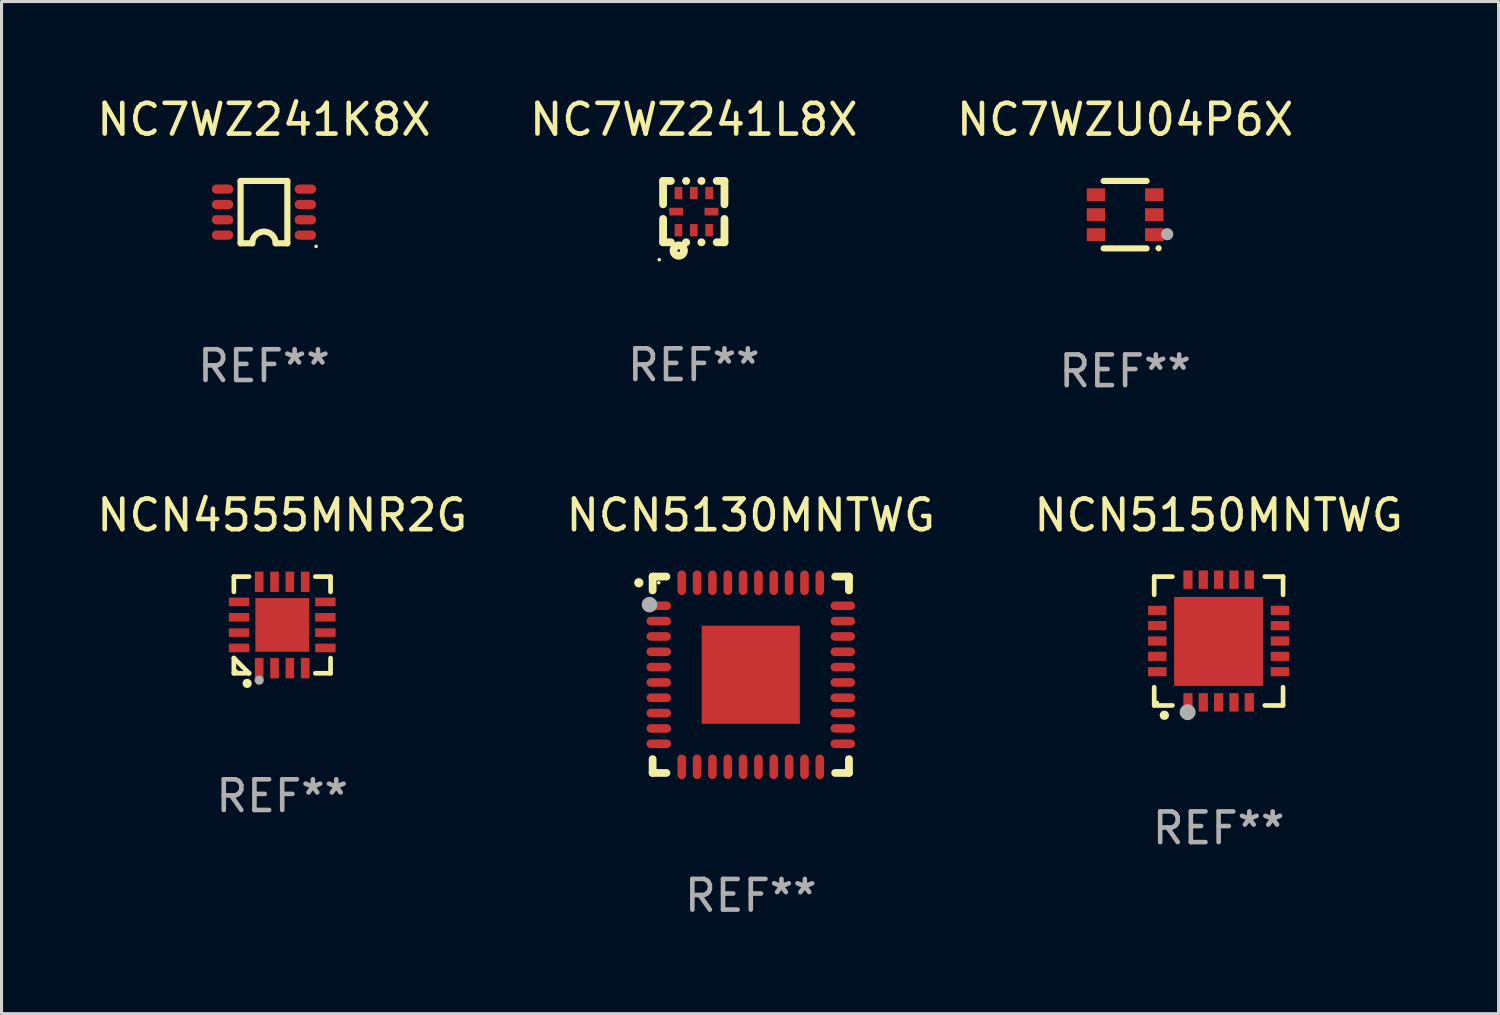
<source format=kicad_pcb>
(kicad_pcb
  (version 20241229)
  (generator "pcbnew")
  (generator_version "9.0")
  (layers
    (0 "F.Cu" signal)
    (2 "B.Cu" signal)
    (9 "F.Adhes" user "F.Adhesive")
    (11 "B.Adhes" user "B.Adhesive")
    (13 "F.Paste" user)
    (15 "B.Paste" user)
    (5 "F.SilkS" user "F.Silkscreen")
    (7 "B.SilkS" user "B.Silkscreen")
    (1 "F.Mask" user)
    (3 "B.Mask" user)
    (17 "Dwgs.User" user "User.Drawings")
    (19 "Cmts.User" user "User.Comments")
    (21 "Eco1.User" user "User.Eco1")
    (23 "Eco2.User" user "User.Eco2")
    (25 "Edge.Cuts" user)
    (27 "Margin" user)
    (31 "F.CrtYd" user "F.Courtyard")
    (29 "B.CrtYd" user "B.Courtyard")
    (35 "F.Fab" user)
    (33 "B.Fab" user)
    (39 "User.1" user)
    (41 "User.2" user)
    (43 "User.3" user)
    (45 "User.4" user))
  (footprint "NC7WZU04P6X"
    (layer "F.Cu")
    (at 33.625 3.948)
    (property "Reference" "NC7WZU04P6X" (at 0 -3.1 0) (layer "F.SilkS") (effects (font (size 1 1) (thickness 0.15))))
    (attr through_hole)
    (fp_line (start -0.7 -1.1) (end 0.7 -1.1) (stroke (width 0.2) (type solid)) (layer "F.SilkS"))
    (fp_line (start -0.7 1.1) (end 0.7 1.1) (stroke (width 0.2) (type solid)) (layer "F.SilkS"))
    (fp_arc (start 1.090932 1.094209) (mid 1.092202 1.094203) (end 1.093472 1.094209) (stroke (width 0.2) (type solid)) (layer "F.SilkS"))
    (fp_circle (center 1.053 1.1) (end 1.083 1.1) (stroke (width 0.06) (type solid)) (fill no) (layer "F.SilkS"))
    (fp_circle (center 1.372 0.635) (end 1.472 0.635) (stroke (width 0.2) (type solid)) (fill no) (layer "F.Fab"))
    (fp_text user "REF**" (at 0 5.1 0) (layer "F.Fab") (effects (font (size 1 1) (thickness 0.15))))
    (pad "1" smd rect (at 0.95 0.65 90) (size 0.42 0.6) (layers "F.Cu" "F.Mask" "F.Paste"))
    (pad "2" smd rect (at 0.95 0 90) (size 0.42 0.6) (layers "F.Cu" "F.Mask" "F.Paste"))
    (pad "3" smd rect (at 0.95 -0.65 90) (size 0.42 0.6) (layers "F.Cu" "F.Mask" "F.Paste"))
    (pad "4" smd rect (at -0.95 -0.65 270) (size 0.42 0.6) (layers "F.Cu" "F.Mask" "F.Paste"))
    (pad "5" smd rect (at -0.95 0 270) (size 0.42 0.6) (layers "F.Cu" "F.Mask" "F.Paste"))
    (pad "6" smd rect (at -0.95 0.65 270) (size 0.42 0.6) (layers "F.Cu" "F.Mask" "F.Paste")))
  (footprint "NCN5150MNTWG"
    (layer "F.Cu")
    (at 36.673 17.845)
    (property "Reference" "NCN5150MNTWG" (at 0 -4.1 0) (layer "F.SilkS") (effects (font (size 1 1) (thickness 0.15))))
    (attr through_hole)
    (fp_line (start -2.1 -2.1) (end -1.506 -2.1) (stroke (width 0.152) (type solid)) (layer "F.SilkS"))
    (fp_line (start -2.1 -1.506) (end -2.1 -2.1) (stroke (width 0.152) (type solid)) (layer "F.SilkS"))
    (fp_line (start -2.1 2.1) (end -2.1 1.506) (stroke (width 0.152) (type solid)) (layer "F.SilkS"))
    (fp_line (start -1.506 2.1) (end -2.1 2.1) (stroke (width 0.152) (type solid)) (layer "F.SilkS"))
    (fp_line (start 1.506 -2.1) (end 2.1 -2.1) (stroke (width 0.152) (type solid)) (layer "F.SilkS"))
    (fp_line (start 2.1 -2.1) (end 2.1 -1.506) (stroke (width 0.152) (type solid)) (layer "F.SilkS"))
    (fp_line (start 2.1 1.506) (end 2.1 2.1) (stroke (width 0.152) (type solid)) (layer "F.SilkS"))
    (fp_line (start 2.1 2.1) (end 1.506 2.1) (stroke (width 0.152) (type solid)) (layer "F.SilkS"))
    (fp_arc (start -1.770003 2.420028) (mid -1.768733 2.420023) (end -1.767463 2.420028) (stroke (width 0.3) (type solid)) (layer "F.SilkS"))
    (fp_circle (center -2 2) (end -1.97 2) (stroke (width 0.06) (type solid)) (fill no) (layer "F.SilkS"))
    (fp_circle (center -1.01 2.32) (end -0.88 2.32) (stroke (width 0.26) (type solid)) (fill no) (layer "F.Fab"))
    (fp_text user "REF**" (at 0 6.1 0) (layer "F.Fab") (effects (font (size 1 1) (thickness 0.15))))
    (pad "1" smd rect (at -1 2 180) (size 0.3 0.6) (layers "F.Cu" "F.Mask" "F.Paste"))
    (pad "2" smd rect (at -0.5 2 180) (size 0.3 0.6) (layers "F.Cu" "F.Mask" "F.Paste"))
    (pad "3" smd rect (at 0 2 180) (size 0.3 0.6) (layers "F.Cu" "F.Mask" "F.Paste"))
    (pad "4" smd rect (at 0.5 2 180) (size 0.3 0.6) (layers "F.Cu" "F.Mask" "F.Paste"))
    (pad "5" smd rect (at 1 2 180) (size 0.3 0.6) (layers "F.Cu" "F.Mask" "F.Paste"))
    (pad "6" smd rect (at 2 1 90) (size 0.3 0.6) (layers "F.Cu" "F.Mask" "F.Paste"))
    (pad "7" smd rect (at 2 0.5 90) (size 0.3 0.6) (layers "F.Cu" "F.Mask" "F.Paste"))
    (pad "8" smd rect (at 2 0.000013 90) (size 0.3 0.6) (layers "F.Cu" "F.Mask" "F.Paste"))
    (pad "9" smd rect (at 2 -0.5 90) (size 0.3 0.6) (layers "F.Cu" "F.Mask" "F.Paste"))
    (pad "10" smd rect (at 2 -1 90) (size 0.3 0.6) (layers "F.Cu" "F.Mask" "F.Paste"))
    (pad "11" smd rect (at 1 -2 180) (size 0.3 0.6) (layers "F.Cu" "F.Mask" "F.Paste"))
    (pad "12" smd rect (at 0.5 -2 180) (size 0.3 0.6) (layers "F.Cu" "F.Mask" "F.Paste"))
    (pad "13" smd rect (at 0 -2 180) (size 0.3 0.6) (layers "F.Cu" "F.Mask" "F.Paste"))
    (pad "14" smd rect (at -0.5 -2 180) (size 0.3 0.6) (layers "F.Cu" "F.Mask" "F.Paste"))
    (pad "15" smd rect (at -1 -2 180) (size 0.3 0.6) (layers "F.Cu" "F.Mask" "F.Paste"))
    (pad "16" smd rect (at -2 -1 90) (size 0.3 0.6) (layers "F.Cu" "F.Mask" "F.Paste"))
    (pad "17" smd rect (at -2 -0.5 90) (size 0.3 0.6) (layers "F.Cu" "F.Mask" "F.Paste"))
    (pad "18" smd rect (at -2 0.000013 90) (size 0.3 0.6) (layers "F.Cu" "F.Mask" "F.Paste"))
    (pad "19" smd rect (at -2 0.5 90) (size 0.3 0.6) (layers "F.Cu" "F.Mask" "F.Paste"))
    (pad "20" smd rect (at -2 1 90) (size 0.3 0.6) (layers "F.Cu" "F.Mask" "F.Paste"))
    (pad "21" smd rect (at 0 0.013) (size 2.9 2.9) (layers "F.Cu" "F.Mask" "F.Paste")))
  (footprint "NCN4555MNR2G"
    (layer "F.Cu")
    (at 6.149 17.321)
    (property "Reference" "NCN4555MNR2G" (at 0 -3.576 0) (layer "F.SilkS") (effects (font (size 1 1) (thickness 0.15))))
    (attr through_hole)
    (fp_line (start -1.576 -1.576) (end -1.08 -1.576) (stroke (width 0.152) (type solid)) (layer "F.SilkS"))
    (fp_line (start -1.576 -1.08) (end -1.576 -1.576) (stroke (width 0.152) (type solid)) (layer "F.SilkS"))
    (fp_line (start -1.576 1.08) (end -1.576 1.576) (stroke (width 0.152) (type solid)) (layer "F.SilkS"))
    (fp_line (start -1.576 1.576) (end -1.08 1.576) (stroke (width 0.152) (type solid)) (layer "F.SilkS"))
    (fp_line (start -1.08 1.576) (end -1.576 1.08) (stroke (width 0.152) (type solid)) (layer "F.SilkS"))
    (fp_line (start 1.576 -1.576) (end 1.08 -1.576) (stroke (width 0.152) (type solid)) (layer "F.SilkS"))
    (fp_line (start 1.576 -1.08) (end 1.576 -1.576) (stroke (width 0.152) (type solid)) (layer "F.SilkS"))
    (fp_line (start 1.576 1.08) (end 1.576 1.576) (stroke (width 0.152) (type solid)) (layer "F.SilkS"))
    (fp_line (start 1.576 1.576) (end 1.08 1.576) (stroke (width 0.152) (type solid)) (layer "F.SilkS"))
    (fp_circle (center -1.5 1.5) (end -1.47 1.5) (stroke (width 0.06) (type solid)) (fill no) (layer "F.SilkS"))
    (fp_circle (center -1.143 1.905) (end -1.068 1.905) (stroke (width 0.15) (type solid)) (fill no) (layer "F.SilkS"))
    (fp_circle (center -0.75 1.8) (end -0.675 1.8) (stroke (width 0.15) (type solid)) (fill no) (layer "F.Fab"))
    (fp_text user "REF**" (at 0 5.576 0) (layer "F.Fab") (effects (font (size 1 1) (thickness 0.15))))
    (pad "1" smd rect (at -0.75 1.407) (size 0.28 0.665) (layers "F.Cu" "F.Mask" "F.Paste"))
    (pad "2" smd rect (at -0.25 1.407) (size 0.28 0.665) (layers "F.Cu" "F.Mask" "F.Paste"))
    (pad "3" smd rect (at 0.25 1.407) (size 0.28 0.665) (layers "F.Cu" "F.Mask" "F.Paste"))
    (pad "4" smd rect (at 0.75 1.407) (size 0.28 0.665) (layers "F.Cu" "F.Mask" "F.Paste"))
    (pad "5" smd rect (at 1.407 0.75) (size 0.665 0.28) (layers "F.Cu" "F.Mask" "F.Paste"))
    (pad "6" smd rect (at 1.407 0.25) (size 0.665 0.28) (layers "F.Cu" "F.Mask" "F.Paste"))
    (pad "7" smd rect (at 1.407 -0.25) (size 0.665 0.28) (layers "F.Cu" "F.Mask" "F.Paste"))
    (pad "8" smd rect (at 1.407 -0.75) (size 0.665 0.28) (layers "F.Cu" "F.Mask" "F.Paste"))
    (pad "9" smd rect (at 0.75 -1.407) (size 0.28 0.665) (layers "F.Cu" "F.Mask" "F.Paste"))
    (pad "10" smd rect (at 0.25 -1.407) (size 0.28 0.665) (layers "F.Cu" "F.Mask" "F.Paste"))
    (pad "11" smd rect (at -0.25 -1.407) (size 0.28 0.665) (layers "F.Cu" "F.Mask" "F.Paste"))
    (pad "12" smd rect (at -0.75 -1.407) (size 0.28 0.665) (layers "F.Cu" "F.Mask" "F.Paste"))
    (pad "13" smd rect (at -1.407 -0.75) (size 0.665 0.28) (layers "F.Cu" "F.Mask" "F.Paste"))
    (pad "14" smd rect (at -1.407 -0.25) (size 0.665 0.28) (layers "F.Cu" "F.Mask" "F.Paste"))
    (pad "15" smd rect (at -1.407 0.25) (size 0.665 0.28) (layers "F.Cu" "F.Mask" "F.Paste"))
    (pad "16" smd rect (at -1.407 0.75) (size 0.665 0.28) (layers "F.Cu" "F.Mask" "F.Paste"))
    (pad "17" smd rect (at 0 0) (size 1.75 1.75) (layers "F.Cu" "F.Mask" "F.Paste")))
  (footprint "NCN5130MNTWG"
    (layer "F.Cu")
    (at 21.423 18.945)
    (property "Reference" "NCN5130MNTWG" (at 0 -5.2 0) (layer "F.SilkS") (effects (font (size 1 1) (thickness 0.15))))
    (attr through_hole)
    (fp_line (start -3.2 -3.2) (end -2.75 -3.2) (stroke (width 0.254) (type solid)) (layer "F.SilkS"))
    (fp_line (start -3.2 -2.75) (end -3.2 -3.2) (stroke (width 0.254) (type solid)) (layer "F.SilkS"))
    (fp_line (start -3.2 3.2) (end -3.2 2.75) (stroke (width 0.254) (type solid)) (layer "F.SilkS"))
    (fp_line (start -2.75 3.2) (end -3.2 3.2) (stroke (width 0.254) (type solid)) (layer "F.SilkS"))
    (fp_line (start 2.75 3.2) (end 3.2 3.2) (stroke (width 0.254) (type solid)) (layer "F.SilkS"))
    (fp_line (start 3.2 -3.2) (end 2.75 -3.2) (stroke (width 0.254) (type solid)) (layer "F.SilkS"))
    (fp_line (start 3.2 -2.75) (end 3.2 -3.2) (stroke (width 0.254) (type solid)) (layer "F.SilkS"))
    (fp_line (start 3.2 3.2) (end 3.2 2.75) (stroke (width 0.254) (type solid)) (layer "F.SilkS"))
    (fp_arc (start -3.649987 -2.997206) (mid -3.649992 -2.998476) (end -3.649987 -2.999746) (stroke (width 0.3) (type solid)) (layer "F.SilkS"))
    (fp_circle (center -3 -3) (end -2.97 -3) (stroke (width 0.06) (type solid)) (fill no) (layer "F.SilkS"))
    (fp_circle (center -3.302 -2.286) (end -3.175 -2.286) (stroke (width 0.254) (type solid)) (fill no) (layer "F.Fab"))
    (fp_text user "REF**" (at 0 7.2 0) (layer "F.Fab") (effects (font (size 1 1) (thickness 0.15))))
    (pad "1" smd oval (at -3 -2.25 90) (size 0.28 0.8) (layers "F.Cu" "F.Mask" "F.Paste"))
    (pad "2" smd oval (at -3 -1.75 90) (size 0.28 0.8) (layers "F.Cu" "F.Mask" "F.Paste"))
    (pad "3" smd oval (at -3 -1.25 90) (size 0.28 0.8) (layers "F.Cu" "F.Mask" "F.Paste"))
    (pad "4" smd oval (at -3 -0.75 90) (size 0.28 0.8) (layers "F.Cu" "F.Mask" "F.Paste"))
    (pad "5" smd oval (at -3 -0.25 90) (size 0.28 0.8) (layers "F.Cu" "F.Mask" "F.Paste"))
    (pad "6" smd oval (at -3 0.25 90) (size 0.28 0.8) (layers "F.Cu" "F.Mask" "F.Paste"))
    (pad "7" smd oval (at -3 0.75 90) (size 0.28 0.8) (layers "F.Cu" "F.Mask" "F.Paste"))
    (pad "8" smd oval (at -3 1.25 90) (size 0.28 0.8) (layers "F.Cu" "F.Mask" "F.Paste"))
    (pad "9" smd oval (at -3 1.75 90) (size 0.28 0.8) (layers "F.Cu" "F.Mask" "F.Paste"))
    (pad "10" smd oval (at -3 2.25 90) (size 0.28 0.8) (layers "F.Cu" "F.Mask" "F.Paste"))
    (pad "11" smd oval (at -2.25 3) (size 0.28 0.8) (layers "F.Cu" "F.Mask" "F.Paste"))
    (pad "12" smd oval (at -1.75 3) (size 0.28 0.8) (layers "F.Cu" "F.Mask" "F.Paste"))
    (pad "13" smd oval (at -1.25 3) (size 0.28 0.8) (layers "F.Cu" "F.Mask" "F.Paste"))
    (pad "14" smd oval (at -0.75 3) (size 0.28 0.8) (layers "F.Cu" "F.Mask" "F.Paste"))
    (pad "15" smd oval (at -0.25 3) (size 0.28 0.8) (layers "F.Cu" "F.Mask" "F.Paste"))
    (pad "16" smd oval (at 0.25 3) (size 0.28 0.8) (layers "F.Cu" "F.Mask" "F.Paste"))
    (pad "17" smd oval (at 0.75 3) (size 0.28 0.8) (layers "F.Cu" "F.Mask" "F.Paste"))
    (pad "18" smd oval (at 1.25 3) (size 0.28 0.8) (layers "F.Cu" "F.Mask" "F.Paste"))
    (pad "19" smd oval (at 1.75 3) (size 0.28 0.8) (layers "F.Cu" "F.Mask" "F.Paste"))
    (pad "20" smd oval (at 2.25 3) (size 0.28 0.8) (layers "F.Cu" "F.Mask" "F.Paste"))
    (pad "21" smd oval (at 3 2.25 90) (size 0.28 0.8) (layers "F.Cu" "F.Mask" "F.Paste"))
    (pad "22" smd oval (at 3 1.75 90) (size 0.28 0.8) (layers "F.Cu" "F.Mask" "F.Paste"))
    (pad "23" smd oval (at 3 1.25 90) (size 0.28 0.8) (layers "F.Cu" "F.Mask" "F.Paste"))
    (pad "24" smd oval (at 3 0.75 90) (size 0.28 0.8) (layers "F.Cu" "F.Mask" "F.Paste"))
    (pad "25" smd oval (at 3 0.25 90) (size 0.28 0.8) (layers "F.Cu" "F.Mask" "F.Paste"))
    (pad "26" smd oval (at 3 -0.25 90) (size 0.28 0.8) (layers "F.Cu" "F.Mask" "F.Paste"))
    (pad "27" smd oval (at 3 -0.75 90) (size 0.28 0.8) (layers "F.Cu" "F.Mask" "F.Paste"))
    (pad "28" smd oval (at 3 -1.25 90) (size 0.28 0.8) (layers "F.Cu" "F.Mask" "F.Paste"))
    (pad "29" smd oval (at 3 -1.75 90) (size 0.28 0.8) (layers "F.Cu" "F.Mask" "F.Paste"))
    (pad "30" smd oval (at 3 -2.25 90) (size 0.28 0.8) (layers "F.Cu" "F.Mask" "F.Paste"))
    (pad "31" smd oval (at 2.25 -3) (size 0.28 0.8) (layers "F.Cu" "F.Mask" "F.Paste"))
    (pad "32" smd oval (at 1.75 -3) (size 0.28 0.8) (layers "F.Cu" "F.Mask" "F.Paste"))
    (pad "33" smd oval (at 1.25 -3) (size 0.28 0.8) (layers "F.Cu" "F.Mask" "F.Paste"))
    (pad "34" smd oval (at 0.75 -3) (size 0.28 0.8) (layers "F.Cu" "F.Mask" "F.Paste"))
    (pad "35" smd oval (at 0.25 -3) (size 0.28 0.8) (layers "F.Cu" "F.Mask" "F.Paste"))
    (pad "36" smd oval (at -0.25 -3) (size 0.28 0.8) (layers "F.Cu" "F.Mask" "F.Paste"))
    (pad "37" smd oval (at -0.75 -3) (size 0.28 0.8) (layers "F.Cu" "F.Mask" "F.Paste"))
    (pad "38" smd oval (at -1.25 -3) (size 0.28 0.8) (layers "F.Cu" "F.Mask" "F.Paste"))
    (pad "39" smd oval (at -1.75 -3) (size 0.28 0.8) (layers "F.Cu" "F.Mask" "F.Paste"))
    (pad "40" smd oval (at -2.25 -3) (size 0.28 0.8) (layers "F.Cu" "F.Mask" "F.Paste"))
    (pad "41" smd rect (at 0 0) (size 3.2 3.2) (layers "F.Cu" "F.Mask" "F.Paste")))
  (footprint "NC7WZ241K8X"
    (layer "F.Cu")
    (at 5.554 3.864)
    (property "Reference" "NC7WZ241K8X" (at 0 -3.016 0) (layer "F.SilkS") (effects (font (size 1 1) (thickness 0.15))))
    (attr through_hole)
    (fp_line (start -0.762 -1.016) (end 0.762 -1.016) (stroke (width 0.2) (type solid)) (layer "F.SilkS"))
    (fp_line (start -0.762 1.016) (end -0.762 -1.016) (stroke (width 0.2) (type solid)) (layer "F.SilkS"))
    (fp_line (start -0.381 1.016) (end -0.762 1.016) (stroke (width 0.2) (type solid)) (layer "F.SilkS"))
    (fp_line (start 0.762 -1.016) (end 0.762 1.016) (stroke (width 0.2) (type solid)) (layer "F.SilkS"))
    (fp_line (start 0.762 1.016) (end 0.381 1.016) (stroke (width 0.2) (type solid)) (layer "F.SilkS"))
    (fp_arc (start -0.381051 1.015977) (mid -0.000025 0.635281) (end 0.381001 1.015977) (stroke (width 0.2) (type solid)) (layer "F.SilkS"))
    (fp_circle (center 1.7 1.116) (end 1.73 1.116) (stroke (width 0.06) (type solid)) (fill no) (layer "F.SilkS"))
    (fp_text user "REF**" (at 0 5.016 0) (layer "F.Fab") (effects (font (size 1 1) (thickness 0.15))))
    (pad "1" smd oval (at 1.35 0.75 90) (size 0.3 0.7) (layers "F.Cu" "F.Mask" "F.Paste"))
    (pad "2" smd oval (at 1.35 0.25 90) (size 0.3 0.7) (layers "F.Cu" "F.Mask" "F.Paste"))
    (pad "3" smd oval (at 1.35 -0.25 90) (size 0.3 0.7) (layers "F.Cu" "F.Mask" "F.Paste"))
    (pad "4" smd oval (at 1.35 -0.75 90) (size 0.3 0.7) (layers "F.Cu" "F.Mask" "F.Paste"))
    (pad "5" smd oval (at -1.35 -0.75 90) (size 0.3 0.7) (layers "F.Cu" "F.Mask" "F.Paste"))
    (pad "6" smd oval (at -1.35 -0.25 90) (size 0.3 0.7) (layers "F.Cu" "F.Mask" "F.Paste"))
    (pad "7" smd oval (at -1.35 0.25 90) (size 0.3 0.7) (layers "F.Cu" "F.Mask" "F.Paste"))
    (pad "8" smd oval (at -1.35 0.75 90) (size 0.3 0.7) (layers "F.Cu" "F.Mask" "F.Paste")))
  (footprint "NC7WZ241L8X"
    (layer "F.Cu")
    (at 19.565 3.848)
    (property "Reference" "NC7WZ241L8X" (at 0 -3 0) (layer "F.SilkS") (effects (font (size 1 1) (thickness 0.15))))
    (attr through_hole)
    (fp_line (start -1 -1) (end -0.747 -1) (stroke (width 0.254) (type solid)) (layer "F.SilkS"))
    (fp_line (start -1 -0.238) (end -1 -1) (stroke (width 0.254) (type solid)) (layer "F.SilkS"))
    (fp_line (start -1 1) (end -1 0.238) (stroke (width 0.254) (type solid)) (layer "F.SilkS"))
    (fp_line (start -0.747 1) (end -1 1) (stroke (width 0.254) (type solid)) (layer "F.SilkS"))
    (fp_line (start -0.253 -1) (end -0.247 -1) (stroke (width 0.254) (type solid)) (layer "F.SilkS"))
    (fp_line (start -0.247 1) (end -0.253 1) (stroke (width 0.254) (type solid)) (layer "F.SilkS"))
    (fp_line (start 0.247 -1) (end 0.253 -1) (stroke (width 0.254) (type solid)) (layer "F.SilkS"))
    (fp_line (start 0.253 1) (end 0.247 1) (stroke (width 0.254) (type solid)) (layer "F.SilkS"))
    (fp_line (start 0.747 -1) (end 1 -1) (stroke (width 0.254) (type solid)) (layer "F.SilkS"))
    (fp_line (start 1 -1) (end 1 -0.238) (stroke (width 0.254) (type solid)) (layer "F.SilkS"))
    (fp_line (start 1 0.238) (end 1 1) (stroke (width 0.254) (type solid)) (layer "F.SilkS"))
    (fp_line (start 1 1) (end 0.747 1) (stroke (width 0.254) (type solid)) (layer "F.SilkS"))
    (fp_circle (center -1.127 1.567) (end -1.097 1.567) (stroke (width 0.06) (type solid)) (fill no) (layer "F.SilkS"))
    (fp_circle (center -0.49 1.27) (end -0.32 1.27) (stroke (width 0.254) (type solid)) (fill no) (layer "F.SilkS"))
    (fp_text user "REF**" (at 0 5 0) (layer "F.Fab") (effects (font (size 1 1) (thickness 0.15))))
    (pad "1" smd rect (at -0.5 0.605 90) (size 0.4 0.25) (layers "F.Cu" "F.Mask" "F.Paste"))
    (pad "2" smd rect (at 0 0.605 90) (size 0.4 0.25) (layers "F.Cu" "F.Mask" "F.Paste"))
    (pad "3" smd rect (at 0.5 0.605 90) (size 0.4 0.25) (layers "F.Cu" "F.Mask" "F.Paste"))
    (pad "4" smd rect (at 0.575 0 180) (size 0.45 0.25) (layers "F.Cu" "F.Mask" "F.Paste"))
    (pad "5" smd rect (at 0.5 -0.605 270) (size 0.4 0.25) (layers "F.Cu" "F.Mask" "F.Paste"))
    (pad "6" smd rect (at 0 -0.605 270) (size 0.4 0.25) (layers "F.Cu" "F.Mask" "F.Paste"))
    (pad "7" smd rect (at -0.5 -0.605 270) (size 0.4 0.25) (layers "F.Cu" "F.Mask" "F.Paste"))
    (pad "8" smd rect (at -0.575 0) (size 0.45 0.25) (layers "F.Cu" "F.Mask" "F.Paste")))
  (gr_rect
    (start -3 -3)
    (end 45.798 29.993)
    (stroke (width 0.1) (type default))
    (fill no)
    (layer "Edge.Cuts")))
</source>
